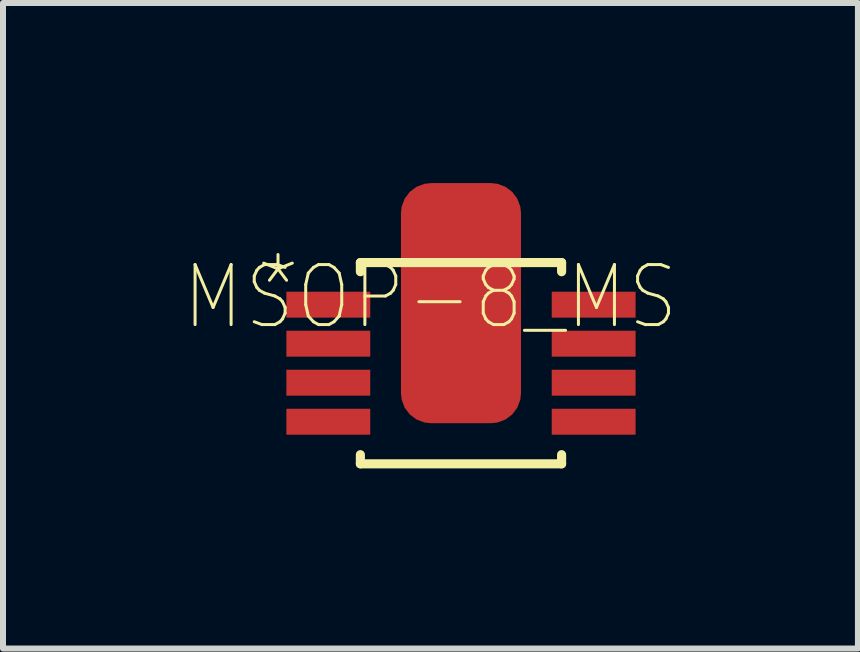
<source format=kicad_pcb>
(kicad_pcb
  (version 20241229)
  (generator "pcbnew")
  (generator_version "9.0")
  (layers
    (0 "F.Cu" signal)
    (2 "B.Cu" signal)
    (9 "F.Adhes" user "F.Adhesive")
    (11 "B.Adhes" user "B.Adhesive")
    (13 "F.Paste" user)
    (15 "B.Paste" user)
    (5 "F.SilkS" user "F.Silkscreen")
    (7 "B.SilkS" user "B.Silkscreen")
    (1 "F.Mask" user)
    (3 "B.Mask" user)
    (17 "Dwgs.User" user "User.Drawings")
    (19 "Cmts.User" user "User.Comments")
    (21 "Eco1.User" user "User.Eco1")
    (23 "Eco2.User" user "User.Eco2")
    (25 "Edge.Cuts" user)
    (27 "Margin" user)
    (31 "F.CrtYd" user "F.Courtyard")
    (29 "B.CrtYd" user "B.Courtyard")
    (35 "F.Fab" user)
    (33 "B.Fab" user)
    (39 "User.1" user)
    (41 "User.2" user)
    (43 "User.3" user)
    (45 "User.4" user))
  (footprint "MSOP-8_MS"
    (layer "F.Cu")
    (at 4.629 3)
    (property "Reference" "MSOP-8_MS" (at -0.508 -1.103 0) (layer "F.SilkS") (effects (font (size 1 0.9) (thickness 0.05))))
    (attr smd)
    (fp_line (start -1.676 -1.676) (end -1.676 -1.524) (stroke (width 0.152) (type solid)) (layer "F.SilkS"))
    (fp_line (start -1.676 1.524) (end -1.676 1.676) (stroke (width 0.152) (type solid)) (layer "F.SilkS"))
    (fp_line (start -1.676 1.676) (end 1.676 1.676) (stroke (width 0.152) (type solid)) (layer "F.SilkS"))
    (fp_line (start 1.676 -1.676) (end -1.676 -1.676) (stroke (width 0.152) (type solid)) (layer "F.SilkS"))
    (fp_line (start 1.676 -1.524) (end 1.676 -1.676) (stroke (width 0.152) (type solid)) (layer "F.SilkS"))
    (fp_line (start 1.676 1.676) (end 1.676 1.524) (stroke (width 0.152) (type solid)) (layer "F.SilkS"))
    (fp_line (start -2.54 -1.168) (end -2.54 -0.787) (stroke (width 0.152) (type solid)) (layer "Eco2.User"))
    (fp_line (start -2.54 -0.787) (end -1.549 -0.787) (stroke (width 0.152) (type solid)) (layer "Eco2.User"))
    (fp_line (start -2.54 -0.508) (end -2.54 -0.127) (stroke (width 0.152) (type solid)) (layer "Eco2.User"))
    (fp_line (start -2.54 -0.127) (end -1.549 -0.127) (stroke (width 0.152) (type solid)) (layer "Eco2.User"))
    (fp_line (start -2.54 0.127) (end -2.54 0.508) (stroke (width 0.152) (type solid)) (layer "Eco2.User"))
    (fp_line (start -2.54 0.508) (end -1.549 0.508) (stroke (width 0.152) (type solid)) (layer "Eco2.User"))
    (fp_line (start -2.54 0.787) (end -2.54 1.168) (stroke (width 0.152) (type solid)) (layer "Eco2.User"))
    (fp_line (start -2.54 1.168) (end -1.549 1.168) (stroke (width 0.152) (type solid)) (layer "Eco2.User"))
    (fp_line (start -1.549 -1.549) (end -1.549 1.549) (stroke (width 0.152) (type solid)) (layer "Eco2.User"))
    (fp_line (start -1.549 -1.168) (end -2.54 -1.168) (stroke (width 0.152) (type solid)) (layer "Eco2.User"))
    (fp_line (start -1.549 -0.787) (end -1.549 -1.168) (stroke (width 0.152) (type solid)) (layer "Eco2.User"))
    (fp_line (start -1.549 -0.508) (end -2.54 -0.508) (stroke (width 0.152) (type solid)) (layer "Eco2.User"))
    (fp_line (start -1.549 -0.127) (end -1.549 -0.508) (stroke (width 0.152) (type solid)) (layer "Eco2.User"))
    (fp_line (start -1.549 0.127) (end -2.54 0.127) (stroke (width 0.152) (type solid)) (layer "Eco2.User"))
    (fp_line (start -1.549 0.508) (end -1.549 0.127) (stroke (width 0.152) (type solid)) (layer "Eco2.User"))
    (fp_line (start -1.549 0.787) (end -2.54 0.787) (stroke (width 0.152) (type solid)) (layer "Eco2.User"))
    (fp_line (start -1.549 1.168) (end -1.549 0.787) (stroke (width 0.152) (type solid)) (layer "Eco2.User"))
    (fp_line (start -1.549 1.549) (end 1.549 1.549) (stroke (width 0.152) (type solid)) (layer "Eco2.User"))
    (fp_line (start -0.305 -1.549) (end -1.549 -1.549) (stroke (width 0.152) (type solid)) (layer "Eco2.User"))
    (fp_line (start 0.305 -1.549) (end -0.305 -1.549) (stroke (width 0.152) (type solid)) (layer "Eco2.User"))
    (fp_line (start 1.549 -1.549) (end 0.305 -1.549) (stroke (width 0.152) (type solid)) (layer "Eco2.User"))
    (fp_line (start 1.549 -1.168) (end 1.549 -0.787) (stroke (width 0.152) (type solid)) (layer "Eco2.User"))
    (fp_line (start 1.549 -0.787) (end 2.54 -0.787) (stroke (width 0.152) (type solid)) (layer "Eco2.User"))
    (fp_line (start 1.549 -0.508) (end 1.549 -0.127) (stroke (width 0.152) (type solid)) (layer "Eco2.User"))
    (fp_line (start 1.549 -0.127) (end 2.54 -0.127) (stroke (width 0.152) (type solid)) (layer "Eco2.User"))
    (fp_line (start 1.549 0.127) (end 1.549 0.508) (stroke (width 0.152) (type solid)) (layer "Eco2.User"))
    (fp_line (start 1.549 0.508) (end 2.54 0.508) (stroke (width 0.152) (type solid)) (layer "Eco2.User"))
    (fp_line (start 1.549 0.787) (end 1.549 1.168) (stroke (width 0.152) (type solid)) (layer "Eco2.User"))
    (fp_line (start 1.549 1.168) (end 2.54 1.168) (stroke (width 0.152) (type solid)) (layer "Eco2.User"))
    (fp_line (start 1.549 1.549) (end 1.549 -1.549) (stroke (width 0.152) (type solid)) (layer "Eco2.User"))
    (fp_line (start 2.54 -1.168) (end 1.549 -1.168) (stroke (width 0.152) (type solid)) (layer "Eco2.User"))
    (fp_line (start 2.54 -0.787) (end 2.54 -1.168) (stroke (width 0.152) (type solid)) (layer "Eco2.User"))
    (fp_line (start 2.54 -0.508) (end 1.549 -0.508) (stroke (width 0.152) (type solid)) (layer "Eco2.User"))
    (fp_line (start 2.54 -0.127) (end 2.54 -0.508) (stroke (width 0.152) (type solid)) (layer "Eco2.User"))
    (fp_line (start 2.54 0.127) (end 1.549 0.127) (stroke (width 0.152) (type solid)) (layer "Eco2.User"))
    (fp_line (start 2.54 0.508) (end 2.54 0.127) (stroke (width 0.152) (type solid)) (layer "Eco2.User"))
    (fp_line (start 2.54 0.787) (end 1.549 0.787) (stroke (width 0.152) (type solid)) (layer "Eco2.User"))
    (fp_line (start 2.54 1.168) (end 2.54 0.787) (stroke (width 0.152) (type solid)) (layer "Eco2.User"))
    (fp_arc (start 0.3048 -1.5494) (mid 0 -1.2446) (end -0.3048 -1.5494) (stroke (width 0.1524) (type solid)) (layer "Eco2.User"))
    (fp_text user "*" (at -3.048 -1.27 0) (layer "F.SilkS") (effects (font (size 1 1) (thickness 0.05))))
    (fp_text user "*" (at -1.753 -0.203 0) (layer "Edge.Cuts") (effects (font (size 1 1) (thickness 0.05))))
    (pad "1" smd rect (at -2.21 -0.975) (size 1.397 0.432) (layers "F.Cu" "F.Mask" "F.Paste"))
    (pad "2" smd rect (at -2.21 -0.325) (size 1.397 0.432) (layers "F.Cu" "F.Mask" "F.Paste"))
    (pad "3" smd rect (at -2.21 0.325) (size 1.397 0.432) (layers "F.Cu" "F.Mask" "F.Paste"))
    (pad "4" smd rect (at -2.21 0.975) (size 1.397 0.432) (layers "F.Cu" "F.Mask" "F.Paste"))
    (pad "5" smd rect (at 2.21 0.975) (size 1.397 0.432) (layers "F.Cu" "F.Mask" "F.Paste"))
    (pad "6" smd rect (at 2.21 0.325) (size 1.397 0.432) (layers "F.Cu" "F.Mask" "F.Paste"))
    (pad "7" smd rect (at 2.21 -0.325) (size 1.397 0.432) (layers "F.Cu" "F.Mask" "F.Paste"))
    (pad "8" smd rect (at 2.21 -0.975) (size 1.397 0.432) (layers "F.Cu" "F.Mask" "F.Paste"))
    (pad "9" smd roundrect (at 0 0) (size 2 4) (drill (offset 0 -1)) (layers "F.Cu" "F.Mask" "F.Paste") (roundrect_rratio 0.25)))
  (gr_rect
    (start -3 -3)
    (end 11.241 7.753)
    (stroke (width 0.1) (type default))
    (fill no)
    (layer "Edge.Cuts")))
</source>
